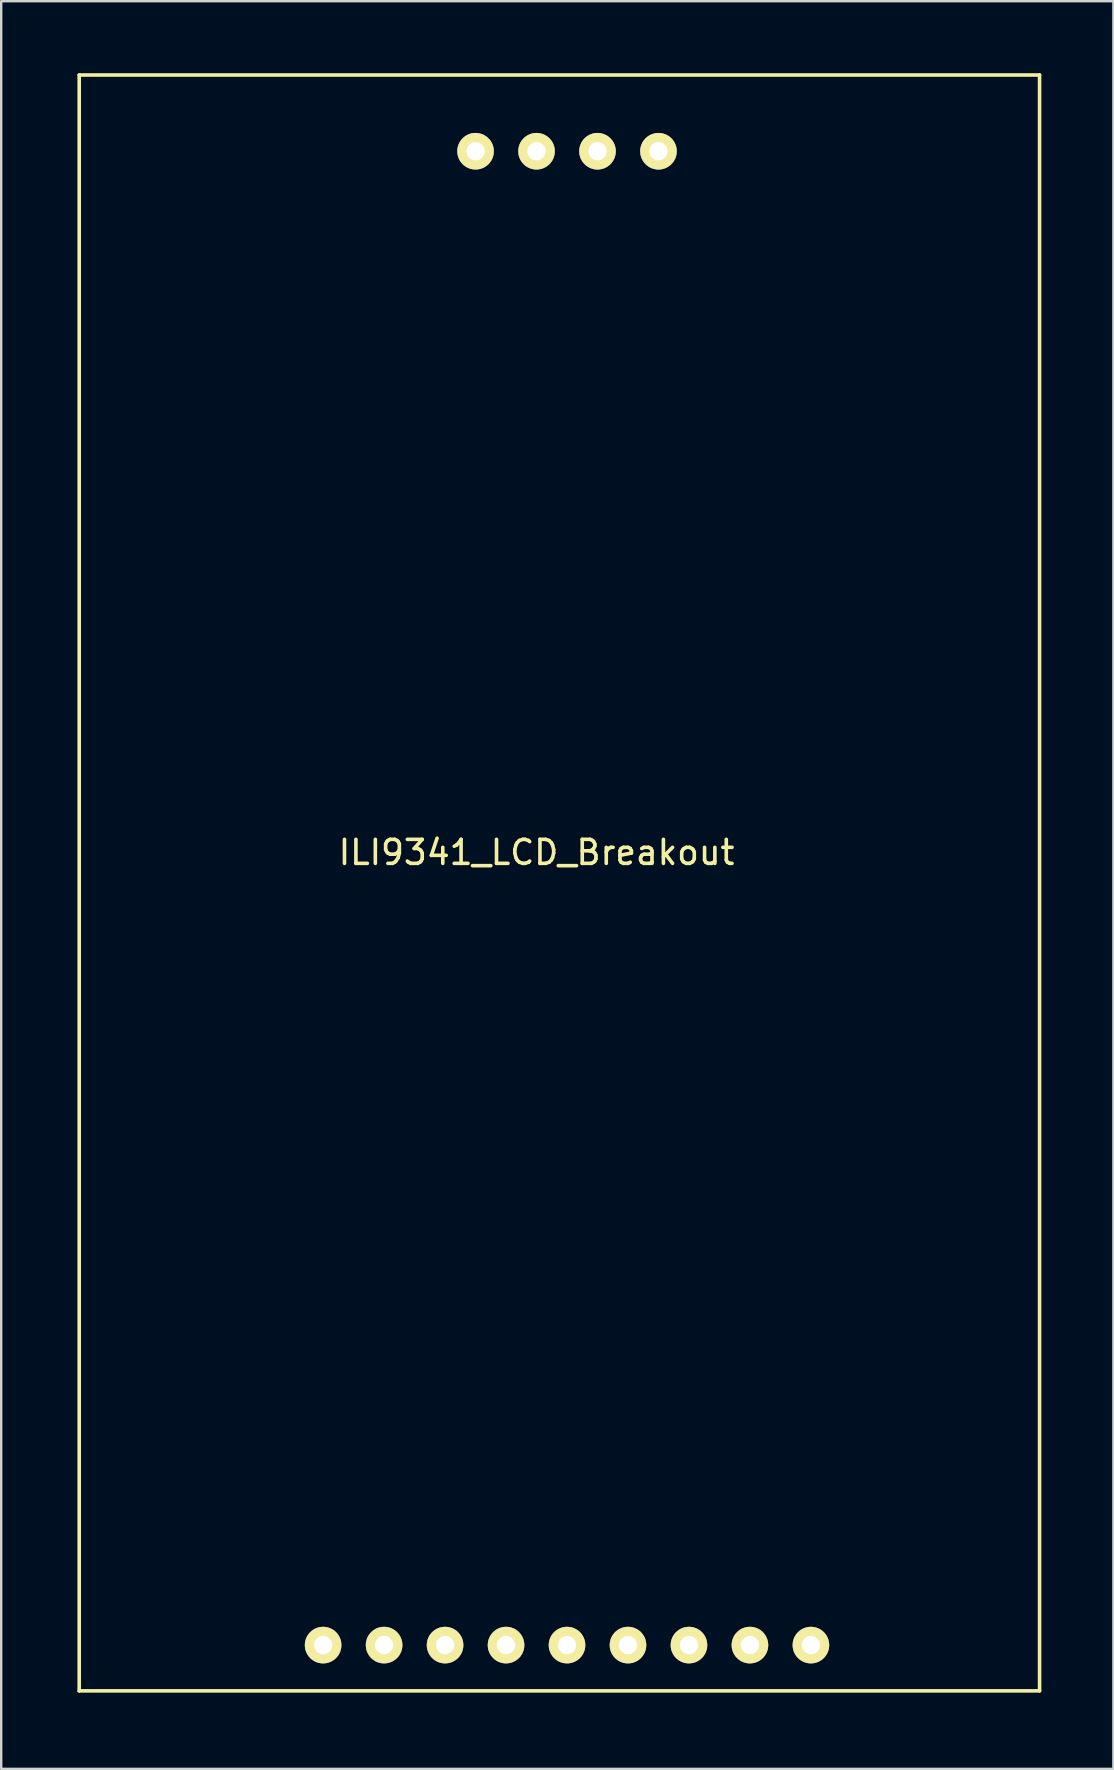
<source format=kicad_pcb>
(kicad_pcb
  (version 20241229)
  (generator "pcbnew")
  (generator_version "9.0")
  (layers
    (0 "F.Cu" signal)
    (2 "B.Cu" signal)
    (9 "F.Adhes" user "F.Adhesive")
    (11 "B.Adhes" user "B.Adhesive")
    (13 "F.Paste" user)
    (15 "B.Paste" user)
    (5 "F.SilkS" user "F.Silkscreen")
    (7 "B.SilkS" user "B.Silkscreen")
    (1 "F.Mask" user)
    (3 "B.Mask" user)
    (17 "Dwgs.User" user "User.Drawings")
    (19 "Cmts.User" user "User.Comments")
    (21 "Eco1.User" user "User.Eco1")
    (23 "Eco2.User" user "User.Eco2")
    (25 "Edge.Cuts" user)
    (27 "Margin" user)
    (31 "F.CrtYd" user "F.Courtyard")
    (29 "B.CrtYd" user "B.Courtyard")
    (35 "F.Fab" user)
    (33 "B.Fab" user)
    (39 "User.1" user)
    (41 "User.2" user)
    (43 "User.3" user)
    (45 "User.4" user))
  (footprint "ILI9341_LCD_Breakout"
    (layer "F.Cu")
    (at 0.25 67.385)
    (property "Reference" "ILI9341_LCD_Breakout" (at 19.05 -34.925 0) (layer "F.SilkS") (effects (font (size 1 1) (thickness 0.15))))
    (attr through_hole)
    (fp_line (start 0 -67.31) (end 0 0) (stroke (width 0.15) (type solid)) (layer "F.SilkS"))
    (fp_line (start 0 0) (end 40.005 0) (stroke (width 0.15) (type solid)) (layer "F.SilkS"))
    (fp_line (start 40.005 -67.31) (end 0 -67.31) (stroke (width 0.15) (type solid)) (layer "F.SilkS"))
    (fp_line (start 40.005 0) (end 40.005 -67.31) (stroke (width 0.15) (type solid)) (layer "F.SilkS"))
    (pad "1" thru_hole circle (at 10.16 -1.905) (size 1.524 1.524) (drill 0.762) (layers "*.Cu" "*.Mask" "F.SilkS"))
    (pad "2" thru_hole circle (at 12.7 -1.905) (size 1.524 1.524) (drill 0.762) (layers "*.Cu" "*.Mask" "F.SilkS"))
    (pad "3" thru_hole circle (at 15.24 -1.905) (size 1.524 1.524) (drill 0.762) (layers "*.Cu" "*.Mask" "F.SilkS"))
    (pad "4" thru_hole circle (at 17.78 -1.905) (size 1.524 1.524) (drill 0.762) (layers "*.Cu" "*.Mask" "F.SilkS"))
    (pad "5" thru_hole circle (at 20.32 -1.905) (size 1.524 1.524) (drill 0.762) (layers "*.Cu" "*.Mask" "F.SilkS"))
    (pad "6" thru_hole circle (at 22.86 -1.905) (size 1.524 1.524) (drill 0.762) (layers "*.Cu" "*.Mask" "F.SilkS"))
    (pad "7" thru_hole circle (at 25.4 -1.905) (size 1.524 1.524) (drill 0.762) (layers "*.Cu" "*.Mask" "F.SilkS"))
    (pad "8" thru_hole circle (at 27.94 -1.905) (size 1.524 1.524) (drill 0.762) (layers "*.Cu" "*.Mask" "F.SilkS"))
    (pad "9" thru_hole circle (at 30.48 -1.905) (size 1.524 1.524) (drill 0.762) (layers "*.Cu" "*.Mask" "F.SilkS"))
    (pad "10" thru_hole circle (at 16.51 -64.135) (size 1.524 1.524) (drill 0.762) (layers "*.Cu" "*.Mask" "F.SilkS"))
    (pad "11" thru_hole circle (at 19.05 -64.135) (size 1.524 1.524) (drill 0.762) (layers "*.Cu" "*.Mask" "F.SilkS"))
    (pad "12" thru_hole circle (at 21.59 -64.135) (size 1.524 1.524) (drill 0.762) (layers "*.Cu" "*.Mask" "F.SilkS"))
    (pad "13" thru_hole circle (at 24.13 -64.135) (size 1.524 1.524) (drill 0.762) (layers "*.Cu" "*.Mask" "F.SilkS")))
  (gr_rect
    (start -3 -3)
    (end 43.33 70.635)
    (stroke (width 0.1) (type default))
    (fill no)
    (layer "Edge.Cuts")))
</source>
